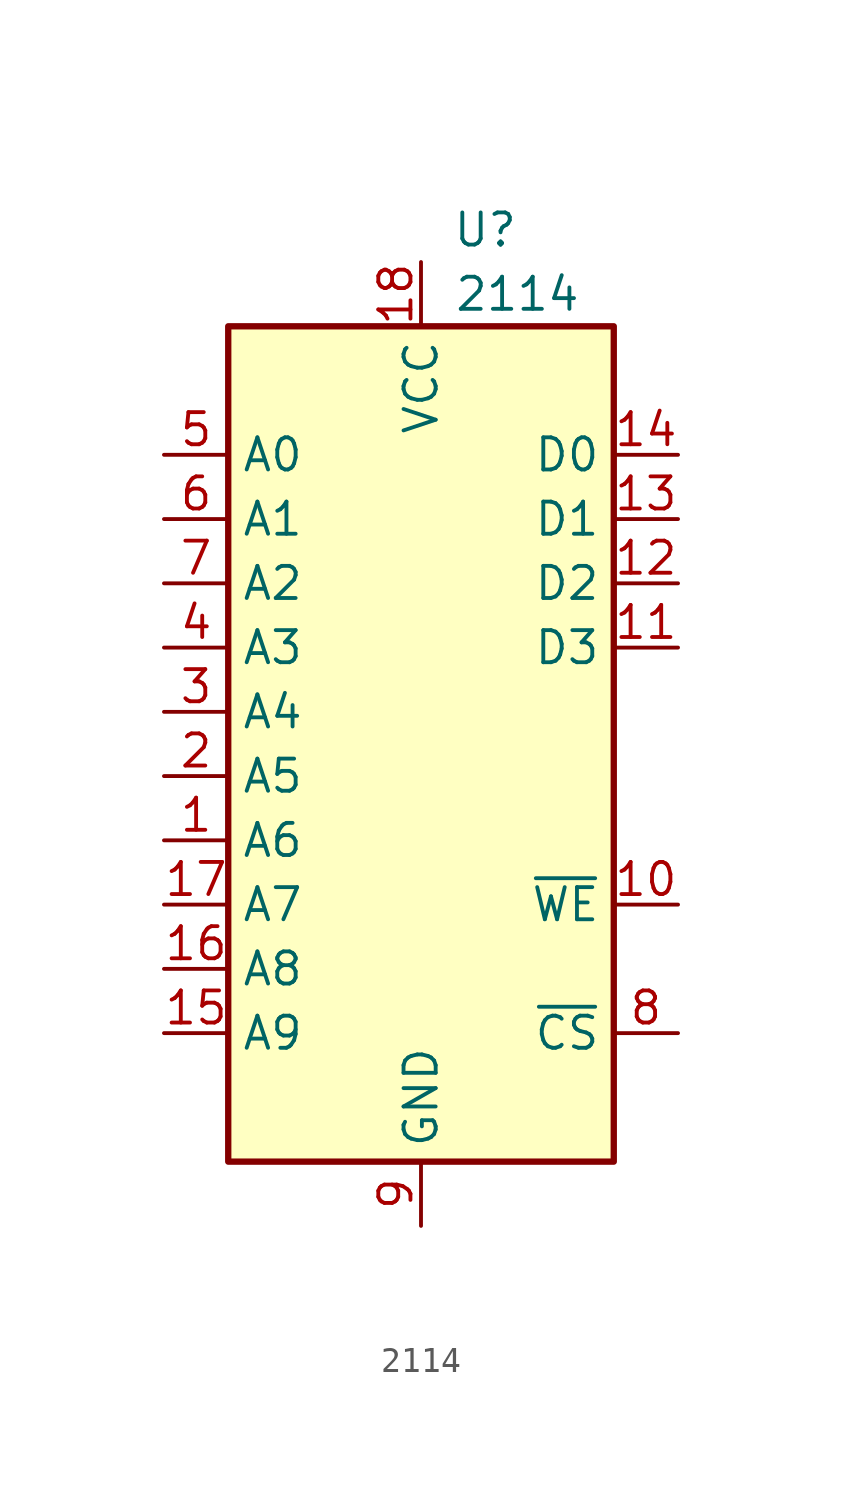
<source format=kicad_sym>
(kicad_symbol_lib
  (version 20220914)
  (generator kicad_symbol_editor)
  (symbol "2114"
    (property "Reference" "U"
      (at 2.54 2.54 0)
      (effects (font (size 1.27 1.27))))
    (property "Value" "2114"
      (at 3.81 0 0)
      (effects (font (size 1.27 1.27))))
    (symbol "2114_1_1"
      (rectangle (start -7.62 -1.27) (end 7.62 -34.29) (stroke (width 0.25) (type default)) (fill (type background)))
      (pin input line (at -10.16 -21.59 0) (length 2.54) (name "A6" (effects (font (size 1.27 1.27)))) (number "1" (effects (font (size 1.27 1.27)))))
      (pin input line (at 10.16 -24.13 180) (length 2.54) (name "~{WE}" (effects (font (size 1.27 1.27)))) (number "10" (effects (font (size 1.27 1.27)))))
      (pin bidirectional line (at 10.16 -13.97 180) (length 2.54) (name "D3" (effects (font (size 1.27 1.27)))) (number "11" (effects (font (size 1.27 1.27)))))
      (pin bidirectional line (at 10.16 -11.43 180) (length 2.54) (name "D2" (effects (font (size 1.27 1.27)))) (number "12" (effects (font (size 1.27 1.27)))))
      (pin bidirectional line (at 10.16 -8.89 180) (length 2.54) (name "D1" (effects (font (size 1.27 1.27)))) (number "13" (effects (font (size 1.27 1.27)))))
      (pin bidirectional line (at 10.16 -6.35 180) (length 2.54) (name "D0" (effects (font (size 1.27 1.27)))) (number "14" (effects (font (size 1.27 1.27)))))
      (pin input line (at -10.16 -29.21 0) (length 2.54) (name "A9" (effects (font (size 1.27 1.27)))) (number "15" (effects (font (size 1.27 1.27)))))
      (pin input line (at -10.16 -26.67 0) (length 2.54) (name "A8" (effects (font (size 1.27 1.27)))) (number "16" (effects (font (size 1.27 1.27)))))
      (pin input line (at -10.16 -24.13 0) (length 2.54) (name "A7" (effects (font (size 1.27 1.27)))) (number "17" (effects (font (size 1.27 1.27)))))
      (pin power_in line (at 0 1.27 270) (length 2.54) (name "VCC" (effects (font (size 1.27 1.27)))) (number "18" (effects (font (size 1.27 1.27)))))
      (pin input line (at -10.16 -19.05 0) (length 2.54) (name "A5" (effects (font (size 1.27 1.27)))) (number "2" (effects (font (size 1.27 1.27)))))
      (pin input line (at -10.16 -16.51 0) (length 2.54) (name "A4" (effects (font (size 1.27 1.27)))) (number "3" (effects (font (size 1.27 1.27)))))
      (pin input line (at -10.16 -13.97 0) (length 2.54) (name "A3" (effects (font (size 1.27 1.27)))) (number "4" (effects (font (size 1.27 1.27)))))
      (pin input line (at -10.16 -6.35 0) (length 2.54) (name "A0" (effects (font (size 1.27 1.27)))) (number "5" (effects (font (size 1.27 1.27)))))
      (pin input line (at -10.16 -8.89 0) (length 2.54) (name "A1" (effects (font (size 1.27 1.27)))) (number "6" (effects (font (size 1.27 1.27)))))
      (pin input line (at -10.16 -11.43 0) (length 2.54) (name "A2" (effects (font (size 1.27 1.27)))) (number "7" (effects (font (size 1.27 1.27)))))
      (pin input line (at 10.16 -29.21 180) (length 2.54) (name "~{CS}" (effects (font (size 1.27 1.27)))) (number "8" (effects (font (size 1.27 1.27)))))
      (pin power_in line (at 0 -36.83 90) (length 2.54) (name "GND" (effects (font (size 1.27 1.27)))) (number "9" (effects (font (size 1.27 1.27))))))))
</source>
